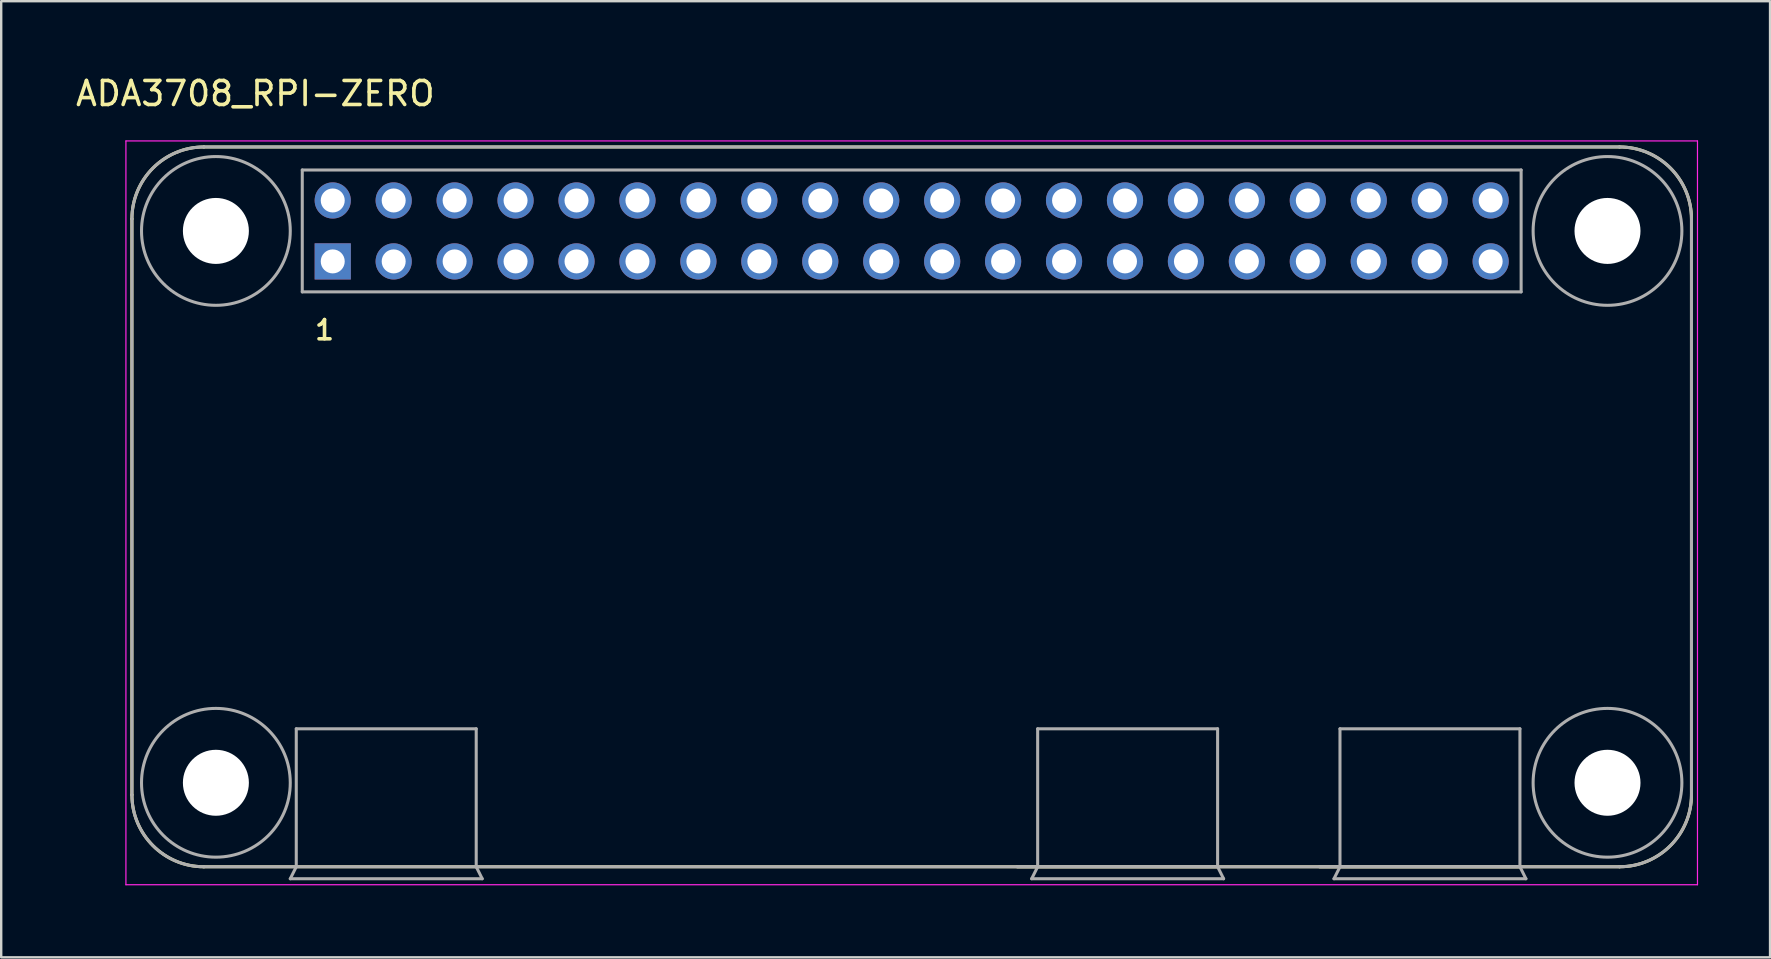
<source format=kicad_pcb>
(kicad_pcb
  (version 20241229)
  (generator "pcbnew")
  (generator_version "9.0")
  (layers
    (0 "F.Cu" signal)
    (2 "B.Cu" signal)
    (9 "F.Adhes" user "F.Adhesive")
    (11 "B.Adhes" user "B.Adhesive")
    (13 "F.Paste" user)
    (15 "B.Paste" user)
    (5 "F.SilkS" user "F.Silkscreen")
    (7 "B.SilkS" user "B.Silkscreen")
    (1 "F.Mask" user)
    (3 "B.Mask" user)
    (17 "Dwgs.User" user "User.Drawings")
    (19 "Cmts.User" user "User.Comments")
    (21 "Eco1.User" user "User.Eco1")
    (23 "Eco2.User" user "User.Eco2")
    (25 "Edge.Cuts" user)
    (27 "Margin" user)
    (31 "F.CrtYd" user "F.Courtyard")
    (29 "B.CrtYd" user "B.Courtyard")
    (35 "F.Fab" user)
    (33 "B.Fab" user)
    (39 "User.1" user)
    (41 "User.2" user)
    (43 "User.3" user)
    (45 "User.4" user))
  (footprint "ADA3708_RPI-ZERO"
    (layer "F.Cu")
    (at 34.948 6.575)
    (property "Reference" "ADA3708_RPI-ZERO" (at -27.357 -5.726 0) (layer "F.SilkS") (effects (font (size 1.002 1.002) (thickness 0.15))))
    (attr through_hole)
    (fp_line (start -32.5 -0.5) (end -32.5 23.5) (stroke (width 0.127) (type solid)) (layer "F.SilkS"))
    (fp_line (start -29.5 26.5) (end 29.5 26.5) (stroke (width 0.127) (type solid)) (layer "F.SilkS"))
    (fp_line (start 4.4 26.5) (end 12.75 26.5) (stroke (width 0.127) (type solid)) (layer "F.SilkS"))
    (fp_line (start 17 26.5) (end 25.35 26.5) (stroke (width 0.127) (type solid)) (layer "F.SilkS"))
    (fp_line (start 29.5 -3.5) (end -29.5 -3.5) (stroke (width 0.127) (type solid)) (layer "F.SilkS"))
    (fp_line (start 32.5 23.5) (end 32.5 -0.5) (stroke (width 0.127) (type solid)) (layer "F.SilkS"))
    (fp_arc (start -32.5 -0.5) (mid -31.62132 -2.62132) (end -29.5 -3.5) (stroke (width 0.127) (type solid)) (layer "F.SilkS"))
    (fp_arc (start -29.5 26.5) (mid -31.62132 25.62132) (end -32.5 23.5) (stroke (width 0.127) (type solid)) (layer "F.SilkS"))
    (fp_arc (start 29.5 -3.5) (mid 31.62132 -2.62132) (end 32.5 -0.5) (stroke (width 0.127) (type solid)) (layer "F.SilkS"))
    (fp_arc (start 32.5 23.5) (mid 31.62132 25.62132) (end 29.5 26.5) (stroke (width 0.127) (type solid)) (layer "F.SilkS"))
    (fp_line (start -32.75 -3.75) (end 32.75 -3.75) (stroke (width 0.05) (type solid)) (layer "F.CrtYd"))
    (fp_line (start -32.75 27.25) (end -32.75 -3.75) (stroke (width 0.05) (type solid)) (layer "F.CrtYd"))
    (fp_line (start 32.75 -3.75) (end 32.75 27.25) (stroke (width 0.05) (type solid)) (layer "F.CrtYd"))
    (fp_line (start 32.75 27.25) (end -32.75 27.25) (stroke (width 0.05) (type solid)) (layer "F.CrtYd"))
    (fp_line (start -32.5 -0.5) (end -32.5 23.5) (stroke (width 0.127) (type solid)) (layer "F.Fab"))
    (fp_line (start -29.5 26.5) (end -25.65 26.5) (stroke (width 0.127) (type solid)) (layer "F.Fab"))
    (fp_line (start -25.9 27) (end -17.9 27) (stroke (width 0.127) (type solid)) (layer "F.Fab"))
    (fp_line (start -25.65 20.75) (end -18.15 20.75) (stroke (width 0.127) (type solid)) (layer "F.Fab"))
    (fp_line (start -25.65 26.5) (end -25.9 27) (stroke (width 0.127) (type solid)) (layer "F.Fab"))
    (fp_line (start -25.65 26.5) (end -25.65 20.75) (stroke (width 0.127) (type solid)) (layer "F.Fab"))
    (fp_line (start -25.65 26.5) (end -18.15 26.5) (stroke (width 0.127) (type solid)) (layer "F.Fab"))
    (fp_line (start -25.4 -2.54) (end -25.4 2.54) (stroke (width 0.127) (type solid)) (layer "F.Fab"))
    (fp_line (start -25.4 2.54) (end 25.4 2.54) (stroke (width 0.127) (type solid)) (layer "F.Fab"))
    (fp_line (start -18.15 20.75) (end -18.15 26.5) (stroke (width 0.127) (type solid)) (layer "F.Fab"))
    (fp_line (start -18.15 26.5) (end 29.5 26.5) (stroke (width 0.127) (type solid)) (layer "F.Fab"))
    (fp_line (start -17.9 27) (end -18.15 26.5) (stroke (width 0.127) (type solid)) (layer "F.Fab"))
    (fp_line (start 4.4 26.5) (end 5.25 26.5) (stroke (width 0.127) (type solid)) (layer "F.Fab"))
    (fp_line (start 5 27) (end 13 27) (stroke (width 0.127) (type solid)) (layer "F.Fab"))
    (fp_line (start 5.25 20.75) (end 12.75 20.75) (stroke (width 0.127) (type solid)) (layer "F.Fab"))
    (fp_line (start 5.25 26.5) (end 5 27) (stroke (width 0.127) (type solid)) (layer "F.Fab"))
    (fp_line (start 5.25 26.5) (end 5.25 20.75) (stroke (width 0.127) (type solid)) (layer "F.Fab"))
    (fp_line (start 5.25 26.5) (end 12.75 26.5) (stroke (width 0.127) (type solid)) (layer "F.Fab"))
    (fp_line (start 12.75 20.75) (end 12.75 26.5) (stroke (width 0.127) (type solid)) (layer "F.Fab"))
    (fp_line (start 13 27) (end 12.75 26.5) (stroke (width 0.127) (type solid)) (layer "F.Fab"))
    (fp_line (start 17 26.5) (end 17.85 26.5) (stroke (width 0.127) (type solid)) (layer "F.Fab"))
    (fp_line (start 17.6 27) (end 25.6 27) (stroke (width 0.127) (type solid)) (layer "F.Fab"))
    (fp_line (start 17.85 20.75) (end 25.35 20.75) (stroke (width 0.127) (type solid)) (layer "F.Fab"))
    (fp_line (start 17.85 26.5) (end 17.6 27) (stroke (width 0.127) (type solid)) (layer "F.Fab"))
    (fp_line (start 17.85 26.5) (end 17.85 20.75) (stroke (width 0.127) (type solid)) (layer "F.Fab"))
    (fp_line (start 17.85 26.5) (end 25.35 26.5) (stroke (width 0.127) (type solid)) (layer "F.Fab"))
    (fp_line (start 25.35 20.75) (end 25.35 26.5) (stroke (width 0.127) (type solid)) (layer "F.Fab"))
    (fp_line (start 25.4 -2.54) (end -25.4 -2.54) (stroke (width 0.127) (type solid)) (layer "F.Fab"))
    (fp_line (start 25.4 2.54) (end 25.4 -2.54) (stroke (width 0.127) (type solid)) (layer "F.Fab"))
    (fp_line (start 25.6 27) (end 25.35 26.5) (stroke (width 0.127) (type solid)) (layer "F.Fab"))
    (fp_line (start 29.5 -3.5) (end -29.5 -3.5) (stroke (width 0.127) (type solid)) (layer "F.Fab"))
    (fp_line (start 32.5 23.5) (end 32.5 -0.5) (stroke (width 0.127) (type solid)) (layer "F.Fab"))
    (fp_arc (start -32.5 -0.5) (mid -31.62132 -2.62132) (end -29.5 -3.5) (stroke (width 0.127) (type solid)) (layer "F.Fab"))
    (fp_arc (start -29.5 26.5) (mid -31.62132 25.62132) (end -32.5 23.5) (stroke (width 0.127) (type solid)) (layer "F.Fab"))
    (fp_arc (start 29.5 -3.5) (mid 31.62132 -2.62132) (end 32.5 -0.5) (stroke (width 0.127) (type solid)) (layer "F.Fab"))
    (fp_arc (start 32.5 23.5) (mid 31.62132 25.62132) (end 29.5 26.5) (stroke (width 0.127) (type solid)) (layer "F.Fab"))
    (fp_circle (center -29 0) (end -25.9 0) (stroke (width 0.127) (type solid)) (fill no) (layer "F.Fab"))
    (fp_circle (center -29 23) (end -25.9 23) (stroke (width 0.127) (type solid)) (fill no) (layer "F.Fab"))
    (fp_circle (center 29 0) (end 32.1 0) (stroke (width 0.127) (type solid)) (fill no) (layer "F.Fab"))
    (fp_circle (center 29 23) (end 32.1 23) (stroke (width 0.127) (type solid)) (fill no) (layer "F.Fab"))
    (fp_text user "1" (at -24.473 4.132 0) (layer "F.SilkS") (effects (font (size 0.801 0.801) (thickness 0.15))))
    (pad "" np_thru_hole circle (at -29 0) (size 2.75 2.75) (drill 2.75) (layers "*.Cu" "*.Mask"))
    (pad "" np_thru_hole circle (at -29 23) (size 2.75 2.75) (drill 2.75) (layers "*.Cu" "*.Mask"))
    (pad "" np_thru_hole circle (at 29 0) (size 2.75 2.75) (drill 2.75) (layers "*.Cu" "*.Mask"))
    (pad "" np_thru_hole circle (at 29 23) (size 2.75 2.75) (drill 2.75) (layers "*.Cu" "*.Mask"))
    (pad "1" thru_hole rect (at -24.13 1.27) (size 1.508 1.508) (drill 1) (layers "*.Cu" "*.Mask"))
    (pad "2" thru_hole circle (at -24.13 -1.27) (size 1.508 1.508) (drill 1) (layers "*.Cu" "*.Mask"))
    (pad "3" thru_hole circle (at -21.59 1.27) (size 1.508 1.508) (drill 1) (layers "*.Cu" "*.Mask"))
    (pad "4" thru_hole circle (at -21.59 -1.27) (size 1.508 1.508) (drill 1) (layers "*.Cu" "*.Mask"))
    (pad "5" thru_hole circle (at -19.05 1.27) (size 1.508 1.508) (drill 1) (layers "*.Cu" "*.Mask"))
    (pad "6" thru_hole circle (at -19.05 -1.27) (size 1.508 1.508) (drill 1) (layers "*.Cu" "*.Mask"))
    (pad "7" thru_hole circle (at -16.51 1.27) (size 1.508 1.508) (drill 1) (layers "*.Cu" "*.Mask"))
    (pad "8" thru_hole circle (at -16.51 -1.27) (size 1.508 1.508) (drill 1) (layers "*.Cu" "*.Mask"))
    (pad "9" thru_hole circle (at -13.97 1.27) (size 1.508 1.508) (drill 1) (layers "*.Cu" "*.Mask"))
    (pad "10" thru_hole circle (at -13.97 -1.27) (size 1.508 1.508) (drill 1) (layers "*.Cu" "*.Mask"))
    (pad "11" thru_hole circle (at -11.43 1.27) (size 1.508 1.508) (drill 1) (layers "*.Cu" "*.Mask"))
    (pad "12" thru_hole circle (at -11.43 -1.27) (size 1.508 1.508) (drill 1) (layers "*.Cu" "*.Mask"))
    (pad "13" thru_hole circle (at -8.89 1.27) (size 1.508 1.508) (drill 1) (layers "*.Cu" "*.Mask"))
    (pad "14" thru_hole circle (at -8.89 -1.27) (size 1.508 1.508) (drill 1) (layers "*.Cu" "*.Mask"))
    (pad "15" thru_hole circle (at -6.35 1.27) (size 1.508 1.508) (drill 1) (layers "*.Cu" "*.Mask"))
    (pad "16" thru_hole circle (at -6.35 -1.27) (size 1.508 1.508) (drill 1) (layers "*.Cu" "*.Mask"))
    (pad "17" thru_hole circle (at -3.81 1.27) (size 1.508 1.508) (drill 1) (layers "*.Cu" "*.Mask"))
    (pad "18" thru_hole circle (at -3.81 -1.27) (size 1.508 1.508) (drill 1) (layers "*.Cu" "*.Mask"))
    (pad "19" thru_hole circle (at -1.27 1.27) (size 1.508 1.508) (drill 1) (layers "*.Cu" "*.Mask"))
    (pad "20" thru_hole circle (at -1.27 -1.27) (size 1.508 1.508) (drill 1) (layers "*.Cu" "*.Mask"))
    (pad "21" thru_hole circle (at 1.27 1.27) (size 1.508 1.508) (drill 1) (layers "*.Cu" "*.Mask"))
    (pad "22" thru_hole circle (at 1.27 -1.27) (size 1.508 1.508) (drill 1) (layers "*.Cu" "*.Mask"))
    (pad "23" thru_hole circle (at 3.81 1.27) (size 1.508 1.508) (drill 1) (layers "*.Cu" "*.Mask"))
    (pad "24" thru_hole circle (at 3.81 -1.27) (size 1.508 1.508) (drill 1) (layers "*.Cu" "*.Mask"))
    (pad "25" thru_hole circle (at 6.35 1.27) (size 1.508 1.508) (drill 1) (layers "*.Cu" "*.Mask"))
    (pad "26" thru_hole circle (at 6.35 -1.27) (size 1.508 1.508) (drill 1) (layers "*.Cu" "*.Mask"))
    (pad "27" thru_hole circle (at 8.89 1.27) (size 1.508 1.508) (drill 1) (layers "*.Cu" "*.Mask"))
    (pad "28" thru_hole circle (at 8.89 -1.27) (size 1.508 1.508) (drill 1) (layers "*.Cu" "*.Mask"))
    (pad "29" thru_hole circle (at 11.43 1.27) (size 1.508 1.508) (drill 1) (layers "*.Cu" "*.Mask"))
    (pad "30" thru_hole circle (at 11.43 -1.27) (size 1.508 1.508) (drill 1) (layers "*.Cu" "*.Mask"))
    (pad "31" thru_hole circle (at 13.97 1.27) (size 1.508 1.508) (drill 1) (layers "*.Cu" "*.Mask"))
    (pad "32" thru_hole circle (at 13.97 -1.27) (size 1.508 1.508) (drill 1) (layers "*.Cu" "*.Mask"))
    (pad "33" thru_hole circle (at 16.51 1.27) (size 1.508 1.508) (drill 1) (layers "*.Cu" "*.Mask"))
    (pad "34" thru_hole circle (at 16.51 -1.27) (size 1.508 1.508) (drill 1) (layers "*.Cu" "*.Mask"))
    (pad "35" thru_hole circle (at 19.05 1.27) (size 1.508 1.508) (drill 1) (layers "*.Cu" "*.Mask"))
    (pad "36" thru_hole circle (at 19.05 -1.27) (size 1.508 1.508) (drill 1) (layers "*.Cu" "*.Mask"))
    (pad "37" thru_hole circle (at 21.59 1.27) (size 1.508 1.508) (drill 1) (layers "*.Cu" "*.Mask"))
    (pad "38" thru_hole circle (at 21.59 -1.27) (size 1.508 1.508) (drill 1) (layers "*.Cu" "*.Mask"))
    (pad "39" thru_hole circle (at 24.13 1.27) (size 1.508 1.508) (drill 1) (layers "*.Cu" "*.Mask"))
    (pad "40" thru_hole circle (at 24.13 -1.27) (size 1.508 1.508) (drill 1) (layers "*.Cu" "*.Mask")))
  (gr_rect
    (start -3 -3)
    (end 70.723 36.85)
    (stroke (width 0.1) (type default))
    (fill no)
    (layer "Edge.Cuts")))
</source>
